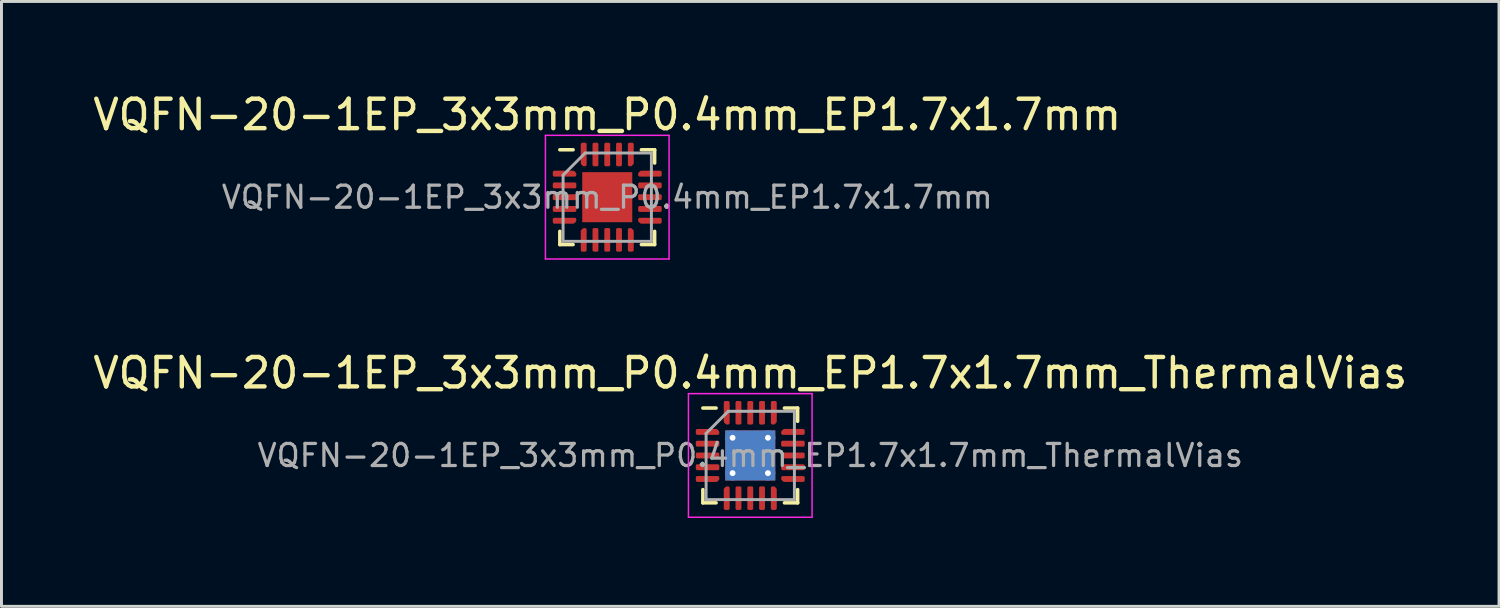
<source format=kicad_pcb>
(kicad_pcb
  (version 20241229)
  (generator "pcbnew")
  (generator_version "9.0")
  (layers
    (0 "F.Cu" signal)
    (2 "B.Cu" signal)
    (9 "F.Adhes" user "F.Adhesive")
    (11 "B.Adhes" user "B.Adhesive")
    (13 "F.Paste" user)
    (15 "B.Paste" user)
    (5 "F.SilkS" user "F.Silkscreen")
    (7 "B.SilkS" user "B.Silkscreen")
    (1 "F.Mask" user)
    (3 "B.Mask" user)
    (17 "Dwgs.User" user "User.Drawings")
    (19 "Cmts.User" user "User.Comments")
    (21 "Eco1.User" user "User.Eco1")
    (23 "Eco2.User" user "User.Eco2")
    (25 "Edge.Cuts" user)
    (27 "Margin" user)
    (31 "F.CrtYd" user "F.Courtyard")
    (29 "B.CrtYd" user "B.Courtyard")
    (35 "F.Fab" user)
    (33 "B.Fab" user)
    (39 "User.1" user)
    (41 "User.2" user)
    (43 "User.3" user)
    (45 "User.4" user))
  (footprint "VQFN-20-1EP_3x3mm_P0.4mm_EP1.7x1.7mm_ThermalVias"
    (layer "F.Cu")
    (at 22.435 12.421)
    (property "Reference" "VQFN-20-1EP_3x3mm_P0.4mm_EP1.7x1.7mm_ThermalVias" (at 0 -2.8 0) (layer "F.SilkS") (effects (font (size 1 1) (thickness 0.15))))
    (attr smd)
    (fp_line (start -1.61 1.61) (end -1.61 1.16) (stroke (width 0.12) (type solid)) (layer "F.SilkS"))
    (fp_line (start -1.16 -1.61) (end -1.61 -1.61) (stroke (width 0.12) (type solid)) (layer "F.SilkS"))
    (fp_line (start -1.16 1.61) (end -1.61 1.61) (stroke (width 0.12) (type solid)) (layer "F.SilkS"))
    (fp_line (start 1.16 -1.61) (end 1.61 -1.61) (stroke (width 0.12) (type solid)) (layer "F.SilkS"))
    (fp_line (start 1.16 1.61) (end 1.61 1.61) (stroke (width 0.12) (type solid)) (layer "F.SilkS"))
    (fp_line (start 1.61 -1.61) (end 1.61 -1.16) (stroke (width 0.12) (type solid)) (layer "F.SilkS"))
    (fp_line (start 1.61 1.61) (end 1.61 1.16) (stroke (width 0.12) (type solid)) (layer "F.SilkS"))
    (fp_line (start -2.1 -2.1) (end -2.1 2.1) (stroke (width 0.05) (type solid)) (layer "F.CrtYd"))
    (fp_line (start -2.1 2.1) (end 2.1 2.1) (stroke (width 0.05) (type solid)) (layer "F.CrtYd"))
    (fp_line (start 2.1 -2.1) (end -2.1 -2.1) (stroke (width 0.05) (type solid)) (layer "F.CrtYd"))
    (fp_line (start 2.1 2.1) (end 2.1 -2.1) (stroke (width 0.05) (type solid)) (layer "F.CrtYd"))
    (fp_line (start -1.5 -0.75) (end -0.75 -1.5) (stroke (width 0.1) (type solid)) (layer "F.Fab"))
    (fp_line (start -1.5 1.5) (end -1.5 -0.75) (stroke (width 0.1) (type solid)) (layer "F.Fab"))
    (fp_line (start -0.75 -1.5) (end 1.5 -1.5) (stroke (width 0.1) (type solid)) (layer "F.Fab"))
    (fp_line (start 1.5 -1.5) (end 1.5 1.5) (stroke (width 0.1) (type solid)) (layer "F.Fab"))
    (fp_line (start 1.5 1.5) (end -1.5 1.5) (stroke (width 0.1) (type solid)) (layer "F.Fab"))
    (fp_text user "${REFERENCE}" (at 0 0 0) (layer "F.Fab") (effects (font (size 0.75 0.75) (thickness 0.11))))
    (pad "" smd roundrect (at -0.425 -0.425) (size 0.74 0.74) (layers "F.Paste") (roundrect_rratio 0.25))
    (pad "" smd roundrect (at -0.425 0.425) (size 0.74 0.74) (layers "F.Paste") (roundrect_rratio 0.25))
    (pad "" smd roundrect (at 0.425 -0.425) (size 0.74 0.74) (layers "F.Paste") (roundrect_rratio 0.25))
    (pad "" smd roundrect (at 0.425 0.425) (size 0.74 0.74) (layers "F.Paste") (roundrect_rratio 0.25))
    (pad "1" smd custom (at -1.45 -0.8) (size 0.143 0.143) (layers "F.Cu" "F.Mask" "F.Paste") (options (anchor circle)) (primitives (gr_poly (pts (xy -0.35 -0.05) (xy 0.299 -0.05) (xy 0.35 0.001) (xy 0.35 0.05) (xy -0.35 0.05)) (width 0.1) (fill yes))))
    (pad "2" smd roundrect (at -1.45 -0.4) (size 0.8 0.2) (layers "F.Cu" "F.Mask" "F.Paste") (roundrect_rratio 0.25))
    (pad "3" smd roundrect (at -1.45 0) (size 0.8 0.2) (layers "F.Cu" "F.Mask" "F.Paste") (roundrect_rratio 0.25))
    (pad "4" smd roundrect (at -1.45 0.4) (size 0.8 0.2) (layers "F.Cu" "F.Mask" "F.Paste") (roundrect_rratio 0.25))
    (pad "5" smd custom (at -1.45 0.8) (size 0.143 0.143) (layers "F.Cu" "F.Mask" "F.Paste") (options (anchor circle)) (primitives (gr_poly (pts (xy -0.35 -0.05) (xy 0.35 -0.05) (xy 0.35 -0.001) (xy 0.299 0.05) (xy -0.35 0.05)) (width 0.1) (fill yes))))
    (pad "6" smd custom (at -0.8 1.45) (size 0.143 0.143) (layers "F.Cu" "F.Mask" "F.Paste") (options (anchor circle)) (primitives (gr_poly (pts (xy -0.05 -0.299) (xy 0.001 -0.35) (xy 0.05 -0.35) (xy 0.05 0.35) (xy -0.05 0.35)) (width 0.1) (fill yes))))
    (pad "7" smd roundrect (at -0.4 1.45) (size 0.2 0.8) (layers "F.Cu" "F.Mask" "F.Paste") (roundrect_rratio 0.25))
    (pad "8" smd roundrect (at 0 1.45) (size 0.2 0.8) (layers "F.Cu" "F.Mask" "F.Paste") (roundrect_rratio 0.25))
    (pad "9" smd roundrect (at 0.4 1.45) (size 0.2 0.8) (layers "F.Cu" "F.Mask" "F.Paste") (roundrect_rratio 0.25))
    (pad "10" smd custom (at 0.8 1.45) (size 0.143 0.143) (layers "F.Cu" "F.Mask" "F.Paste") (options (anchor circle)) (primitives (gr_poly (pts (xy -0.05 -0.35) (xy -0.001 -0.35) (xy 0.05 -0.299) (xy 0.05 0.35) (xy -0.05 0.35)) (width 0.1) (fill yes))))
    (pad "11" smd custom (at 1.45 0.8) (size 0.143 0.143) (layers "F.Cu" "F.Mask" "F.Paste") (options (anchor circle)) (primitives (gr_poly (pts (xy -0.35 -0.05) (xy 0.35 -0.05) (xy 0.35 0.05) (xy -0.299 0.05) (xy -0.35 -0.001)) (width 0.1) (fill yes))))
    (pad "12" smd roundrect (at 1.45 0.4) (size 0.8 0.2) (layers "F.Cu" "F.Mask" "F.Paste") (roundrect_rratio 0.25))
    (pad "13" smd roundrect (at 1.45 0) (size 0.8 0.2) (layers "F.Cu" "F.Mask" "F.Paste") (roundrect_rratio 0.25))
    (pad "14" smd roundrect (at 1.45 -0.4) (size 0.8 0.2) (layers "F.Cu" "F.Mask" "F.Paste") (roundrect_rratio 0.25))
    (pad "15" smd custom (at 1.45 -0.8) (size 0.143 0.143) (layers "F.Cu" "F.Mask" "F.Paste") (options (anchor circle)) (primitives (gr_poly (pts (xy -0.35 0.001) (xy -0.299 -0.05) (xy 0.35 -0.05) (xy 0.35 0.05) (xy -0.35 0.05)) (width 0.1) (fill yes))))
    (pad "16" smd custom (at 0.8 -1.45) (size 0.143 0.143) (layers "F.Cu" "F.Mask" "F.Paste") (options (anchor circle)) (primitives (gr_poly (pts (xy -0.05 -0.35) (xy 0.05 -0.35) (xy 0.05 0.299) (xy -0.001 0.35) (xy -0.05 0.35)) (width 0.1) (fill yes))))
    (pad "17" smd roundrect (at 0.4 -1.45) (size 0.2 0.8) (layers "F.Cu" "F.Mask" "F.Paste") (roundrect_rratio 0.25))
    (pad "18" smd roundrect (at 0 -1.45) (size 0.2 0.8) (layers "F.Cu" "F.Mask" "F.Paste") (roundrect_rratio 0.25))
    (pad "19" smd roundrect (at -0.4 -1.45) (size 0.2 0.8) (layers "F.Cu" "F.Mask" "F.Paste") (roundrect_rratio 0.25))
    (pad "20" smd custom (at -0.8 -1.45) (size 0.143 0.143) (layers "F.Cu" "F.Mask" "F.Paste") (options (anchor circle)) (primitives (gr_poly (pts (xy -0.05 -0.35) (xy 0.05 -0.35) (xy 0.05 0.35) (xy 0.001 0.35) (xy -0.05 0.299)) (width 0.1) (fill yes))))
    (pad "21" thru_hole circle (at -0.6 -0.6) (size 0.5 0.5) (drill 0.2) (layers "*.Cu"))
    (pad "21" thru_hole circle (at -0.6 0.6) (size 0.5 0.5) (drill 0.2) (layers "*.Cu"))
    (pad "21" smd rect (at 0 0) (size 1.7 1.7) (layers "F.Cu" "F.Mask"))
    (pad "21" smd rect (at 0 0) (size 1.7 1.7) (layers "B.Cu"))
    (pad "21" thru_hole circle (at 0.6 -0.6) (size 0.5 0.5) (drill 0.2) (layers "*.Cu"))
    (pad "21" thru_hole circle (at 0.6 0.6) (size 0.5 0.5) (drill 0.2) (layers "*.Cu")))
  (footprint "VQFN-20-1EP_3x3mm_P0.4mm_EP1.7x1.7mm"
    (layer "F.Cu")
    (at 17.577 3.648)
    (property "Reference" "VQFN-20-1EP_3x3mm_P0.4mm_EP1.7x1.7mm" (at 0 -2.8 0) (layer "F.SilkS") (effects (font (size 1 1) (thickness 0.15))))
    (attr smd)
    (fp_line (start -1.61 1.61) (end -1.61 1.16) (stroke (width 0.12) (type solid)) (layer "F.SilkS"))
    (fp_line (start -1.16 -1.61) (end -1.61 -1.61) (stroke (width 0.12) (type solid)) (layer "F.SilkS"))
    (fp_line (start -1.16 1.61) (end -1.61 1.61) (stroke (width 0.12) (type solid)) (layer "F.SilkS"))
    (fp_line (start 1.16 -1.61) (end 1.61 -1.61) (stroke (width 0.12) (type solid)) (layer "F.SilkS"))
    (fp_line (start 1.16 1.61) (end 1.61 1.61) (stroke (width 0.12) (type solid)) (layer "F.SilkS"))
    (fp_line (start 1.61 -1.61) (end 1.61 -1.16) (stroke (width 0.12) (type solid)) (layer "F.SilkS"))
    (fp_line (start 1.61 1.61) (end 1.61 1.16) (stroke (width 0.12) (type solid)) (layer "F.SilkS"))
    (fp_line (start -2.1 -2.1) (end -2.1 2.1) (stroke (width 0.05) (type solid)) (layer "F.CrtYd"))
    (fp_line (start -2.1 2.1) (end 2.1 2.1) (stroke (width 0.05) (type solid)) (layer "F.CrtYd"))
    (fp_line (start 2.1 -2.1) (end -2.1 -2.1) (stroke (width 0.05) (type solid)) (layer "F.CrtYd"))
    (fp_line (start 2.1 2.1) (end 2.1 -2.1) (stroke (width 0.05) (type solid)) (layer "F.CrtYd"))
    (fp_line (start -1.5 -0.75) (end -0.75 -1.5) (stroke (width 0.1) (type solid)) (layer "F.Fab"))
    (fp_line (start -1.5 1.5) (end -1.5 -0.75) (stroke (width 0.1) (type solid)) (layer "F.Fab"))
    (fp_line (start -0.75 -1.5) (end 1.5 -1.5) (stroke (width 0.1) (type solid)) (layer "F.Fab"))
    (fp_line (start 1.5 -1.5) (end 1.5 1.5) (stroke (width 0.1) (type solid)) (layer "F.Fab"))
    (fp_line (start 1.5 1.5) (end -1.5 1.5) (stroke (width 0.1) (type solid)) (layer "F.Fab"))
    (fp_text user "${REFERENCE}" (at 0 0 0) (layer "F.Fab") (effects (font (size 0.75 0.75) (thickness 0.11))))
    (pad "" smd roundrect (at -0.425 -0.425) (size 0.69 0.69) (layers "F.Paste") (roundrect_rratio 0.25))
    (pad "" smd roundrect (at -0.425 0.425) (size 0.69 0.69) (layers "F.Paste") (roundrect_rratio 0.25))
    (pad "" smd roundrect (at 0.425 -0.425) (size 0.69 0.69) (layers "F.Paste") (roundrect_rratio 0.25))
    (pad "" smd roundrect (at 0.425 0.425) (size 0.69 0.69) (layers "F.Paste") (roundrect_rratio 0.25))
    (pad "1" smd custom (at -1.45 -0.8) (size 0.143 0.143) (layers "F.Cu" "F.Mask" "F.Paste") (options (anchor circle)) (primitives (gr_poly (pts (xy -0.35 -0.05) (xy 0.299 -0.05) (xy 0.35 0.001) (xy 0.35 0.05) (xy -0.35 0.05)) (width 0.1) (fill yes))))
    (pad "2" smd roundrect (at -1.45 -0.4) (size 0.8 0.2) (layers "F.Cu" "F.Mask" "F.Paste") (roundrect_rratio 0.25))
    (pad "3" smd roundrect (at -1.45 0) (size 0.8 0.2) (layers "F.Cu" "F.Mask" "F.Paste") (roundrect_rratio 0.25))
    (pad "4" smd roundrect (at -1.45 0.4) (size 0.8 0.2) (layers "F.Cu" "F.Mask" "F.Paste") (roundrect_rratio 0.25))
    (pad "5" smd custom (at -1.45 0.8) (size 0.143 0.143) (layers "F.Cu" "F.Mask" "F.Paste") (options (anchor circle)) (primitives (gr_poly (pts (xy -0.35 -0.05) (xy 0.35 -0.05) (xy 0.35 -0.001) (xy 0.299 0.05) (xy -0.35 0.05)) (width 0.1) (fill yes))))
    (pad "6" smd custom (at -0.8 1.45) (size 0.143 0.143) (layers "F.Cu" "F.Mask" "F.Paste") (options (anchor circle)) (primitives (gr_poly (pts (xy -0.05 -0.299) (xy 0.001 -0.35) (xy 0.05 -0.35) (xy 0.05 0.35) (xy -0.05 0.35)) (width 0.1) (fill yes))))
    (pad "7" smd roundrect (at -0.4 1.45) (size 0.2 0.8) (layers "F.Cu" "F.Mask" "F.Paste") (roundrect_rratio 0.25))
    (pad "8" smd roundrect (at 0 1.45) (size 0.2 0.8) (layers "F.Cu" "F.Mask" "F.Paste") (roundrect_rratio 0.25))
    (pad "9" smd roundrect (at 0.4 1.45) (size 0.2 0.8) (layers "F.Cu" "F.Mask" "F.Paste") (roundrect_rratio 0.25))
    (pad "10" smd custom (at 0.8 1.45) (size 0.143 0.143) (layers "F.Cu" "F.Mask" "F.Paste") (options (anchor circle)) (primitives (gr_poly (pts (xy -0.05 -0.35) (xy -0.001 -0.35) (xy 0.05 -0.299) (xy 0.05 0.35) (xy -0.05 0.35)) (width 0.1) (fill yes))))
    (pad "11" smd custom (at 1.45 0.8) (size 0.143 0.143) (layers "F.Cu" "F.Mask" "F.Paste") (options (anchor circle)) (primitives (gr_poly (pts (xy -0.35 -0.05) (xy 0.35 -0.05) (xy 0.35 0.05) (xy -0.299 0.05) (xy -0.35 -0.001)) (width 0.1) (fill yes))))
    (pad "12" smd roundrect (at 1.45 0.4) (size 0.8 0.2) (layers "F.Cu" "F.Mask" "F.Paste") (roundrect_rratio 0.25))
    (pad "13" smd roundrect (at 1.45 0) (size 0.8 0.2) (layers "F.Cu" "F.Mask" "F.Paste") (roundrect_rratio 0.25))
    (pad "14" smd roundrect (at 1.45 -0.4) (size 0.8 0.2) (layers "F.Cu" "F.Mask" "F.Paste") (roundrect_rratio 0.25))
    (pad "15" smd custom (at 1.45 -0.8) (size 0.143 0.143) (layers "F.Cu" "F.Mask" "F.Paste") (options (anchor circle)) (primitives (gr_poly (pts (xy -0.35 0.001) (xy -0.299 -0.05) (xy 0.35 -0.05) (xy 0.35 0.05) (xy -0.35 0.05)) (width 0.1) (fill yes))))
    (pad "16" smd custom (at 0.8 -1.45) (size 0.143 0.143) (layers "F.Cu" "F.Mask" "F.Paste") (options (anchor circle)) (primitives (gr_poly (pts (xy -0.05 -0.35) (xy 0.05 -0.35) (xy 0.05 0.299) (xy -0.001 0.35) (xy -0.05 0.35)) (width 0.1) (fill yes))))
    (pad "17" smd roundrect (at 0.4 -1.45) (size 0.2 0.8) (layers "F.Cu" "F.Mask" "F.Paste") (roundrect_rratio 0.25))
    (pad "18" smd roundrect (at 0 -1.45) (size 0.2 0.8) (layers "F.Cu" "F.Mask" "F.Paste") (roundrect_rratio 0.25))
    (pad "19" smd roundrect (at -0.4 -1.45) (size 0.2 0.8) (layers "F.Cu" "F.Mask" "F.Paste") (roundrect_rratio 0.25))
    (pad "20" smd custom (at -0.8 -1.45) (size 0.143 0.143) (layers "F.Cu" "F.Mask" "F.Paste") (options (anchor circle)) (primitives (gr_poly (pts (xy -0.05 -0.35) (xy 0.05 -0.35) (xy 0.05 0.35) (xy 0.001 0.35) (xy -0.05 0.299)) (width 0.1) (fill yes))))
    (pad "21" smd rect (at 0 0) (size 1.7 1.7) (layers "F.Cu" "F.Mask")))
  (gr_rect
    (start -3 -3)
    (end 47.869 17.547)
    (stroke (width 0.1) (type default))
    (fill no)
    (layer "Edge.Cuts")))
</source>
